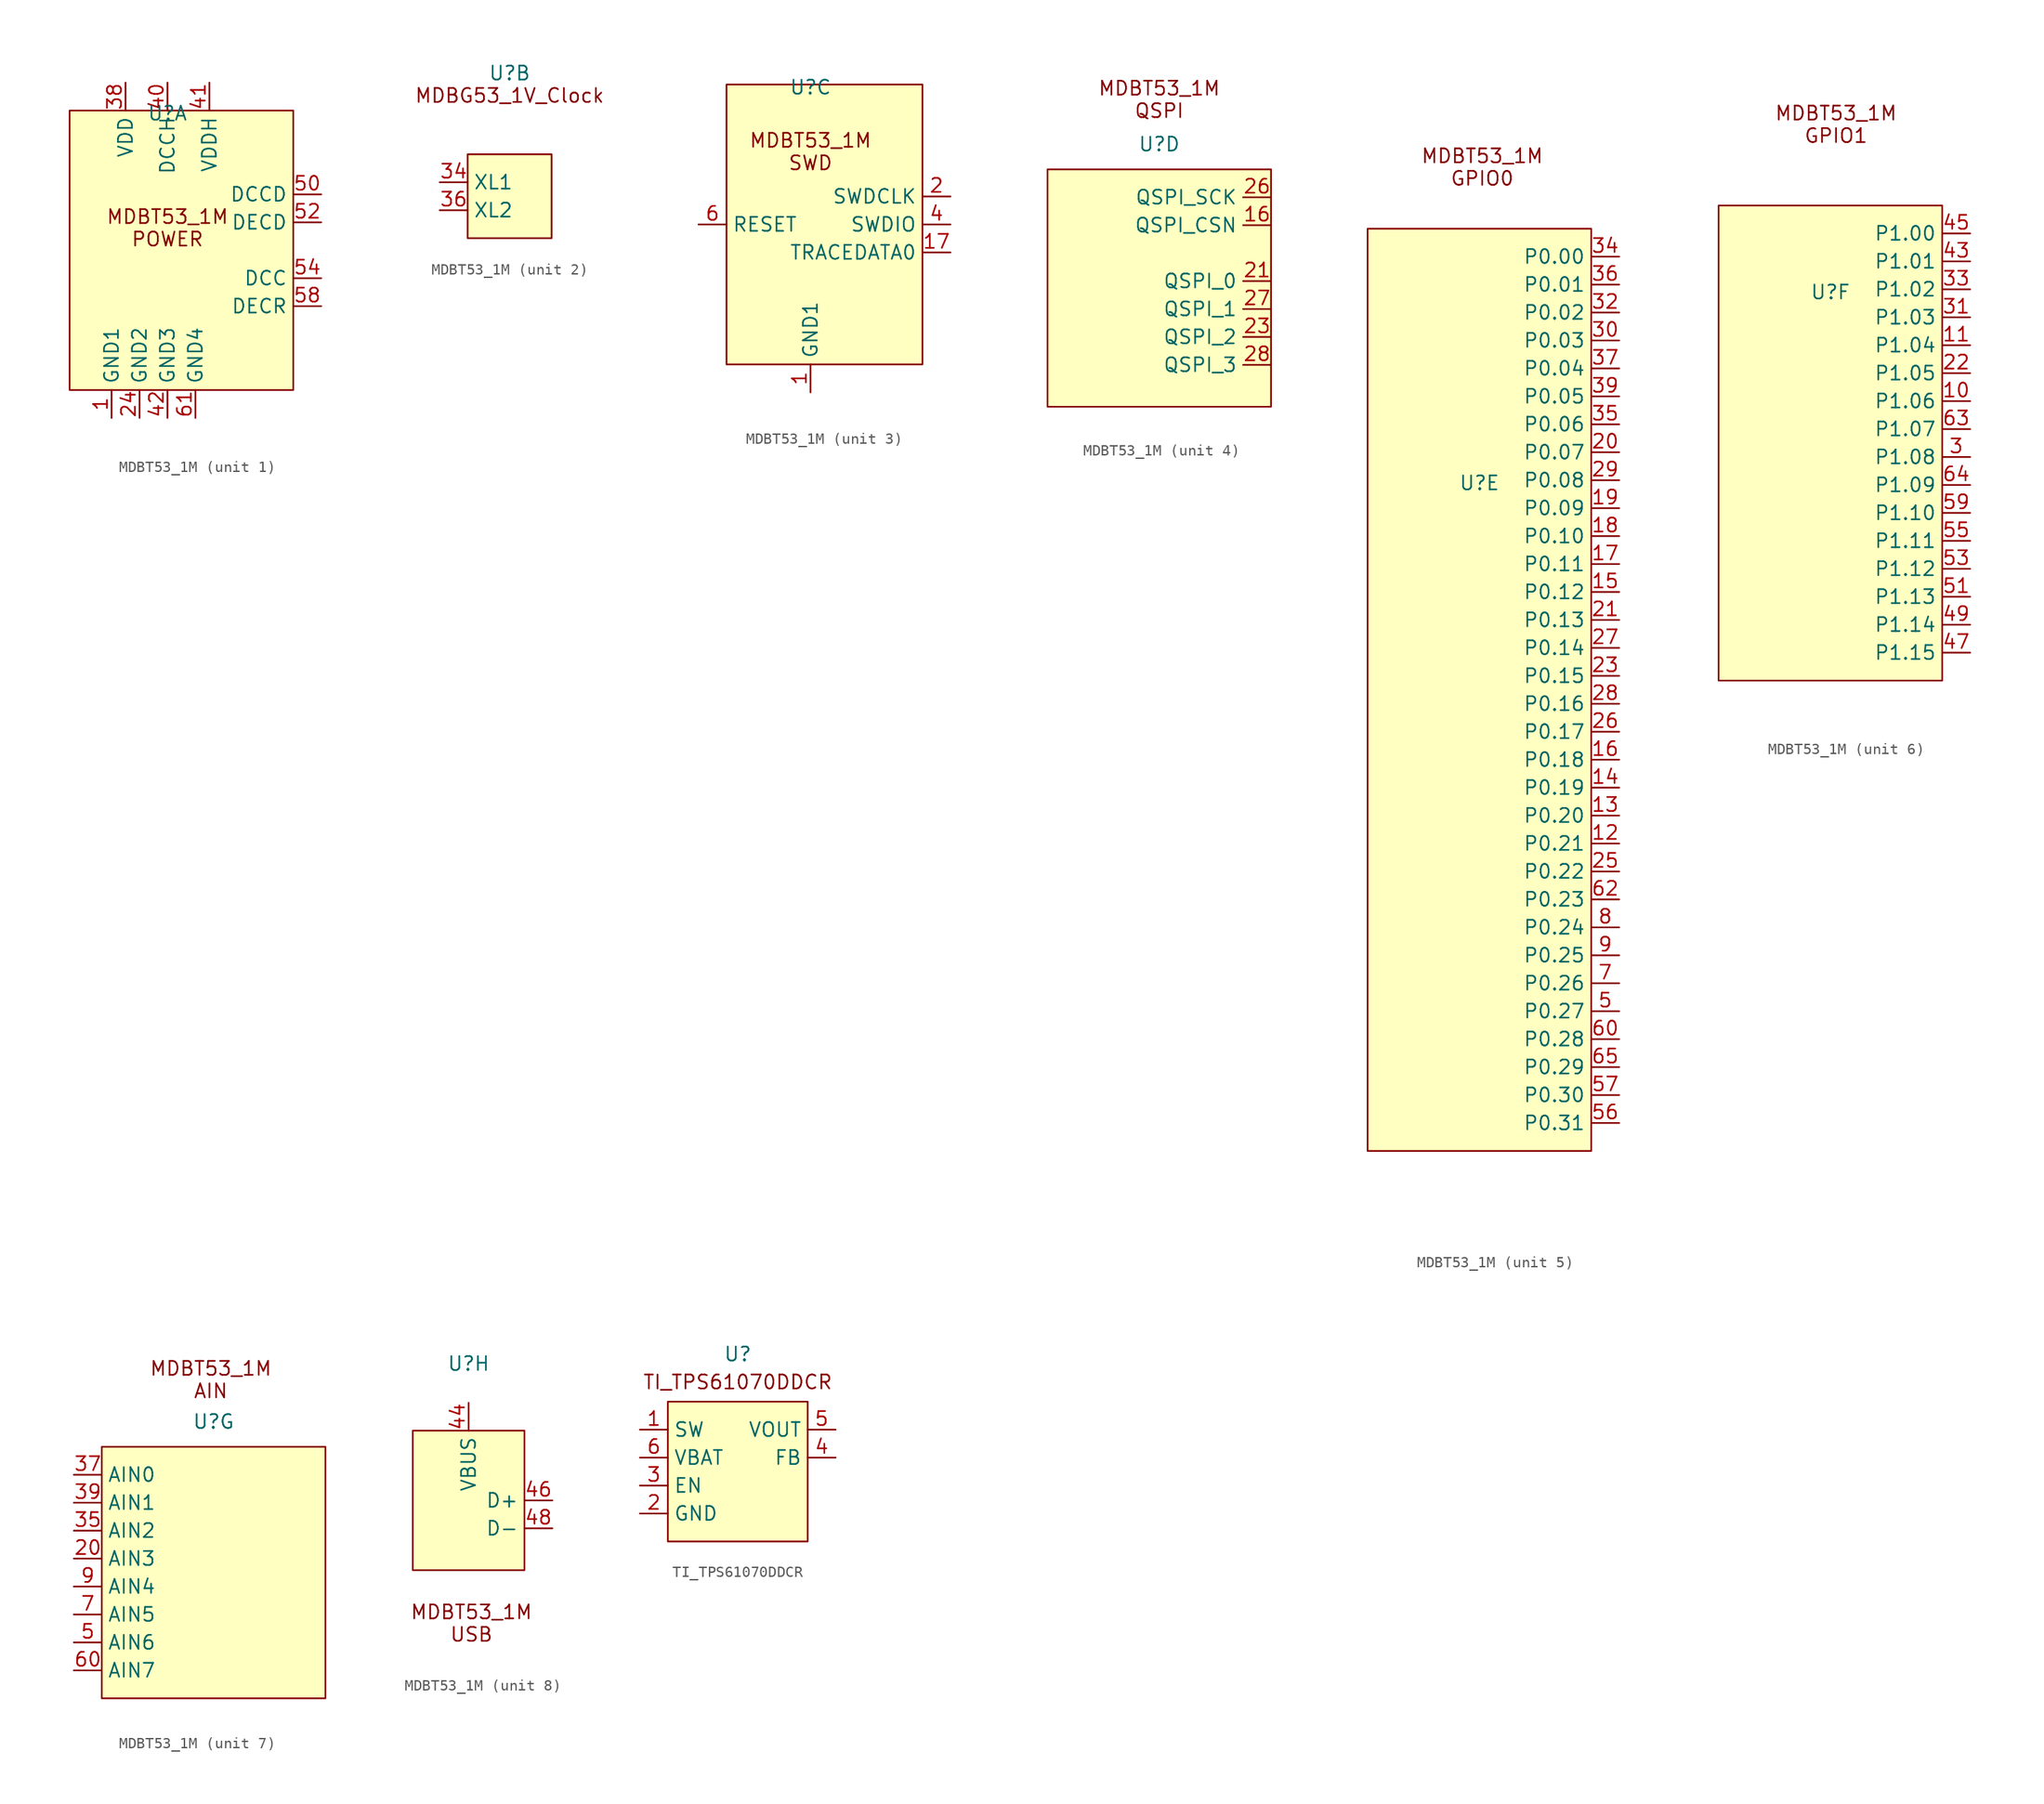
<source format=kicad_sym>
(kicad_symbol_lib
  (version 20231120)
  (generator "kicad_symbol_editor")
  (generator_version "8.0")
  (symbol "MDBT53_1M"
    (property "Reference" "U"
      (at 0 12.446 0)
      (effects (font (size 1.27 1.27))))
    (property "Value" ""
      (at 0 -2.54 0)
      (effects (font (size 1.27 1.27))))
    (property "ki_locked" ""
      (at 0 0 0)
      (effects (font (size 1.27 1.27))))
    (symbol "MDBT53_1M_1_1"
      (rectangle (start -8.89 12.7) (end 11.43 -12.7) (stroke (width 0) (type default)) (fill (type background)))
      (text "MDBT53_1M\nPOWER" (at 0 2.032 0) (effects (font (size 1.27 1.27))))
      (pin power_in line (at -5.08 -15.24 90) (length 2.54) (name "GND1" (effects (font (size 1.27 1.27)))) (number "1" (effects (font (size 1.27 1.27)))))
      (pin power_in line (at -2.54 -15.24 90) (length 2.54) (name "GND2" (effects (font (size 1.27 1.27)))) (number "24" (effects (font (size 1.27 1.27)))))
      (pin power_in line (at -3.81 15.24 270) (length 2.54) (name "VDD" (effects (font (size 1.27 1.27)))) (number "38" (effects (font (size 1.27 1.27)))))
      (pin power_in line (at 0 15.24 270) (length 2.54) (name "DCCH" (effects (font (size 1.27 1.27)))) (number "40" (effects (font (size 1.27 1.27)))))
      (pin power_in line (at 3.81 15.24 270) (length 2.54) (name "VDDH" (effects (font (size 1.27 1.27)))) (number "41" (effects (font (size 1.27 1.27)))))
      (pin power_in line (at 0 -15.24 90) (length 2.54) (name "GND3" (effects (font (size 1.27 1.27)))) (number "42" (effects (font (size 1.27 1.27)))))
      (pin bidirectional line (at 13.97 5.08 180) (length 2.54) (name "DCCD" (effects (font (size 1.27 1.27)))) (number "50" (effects (font (size 1.27 1.27)))))
      (pin bidirectional line (at 13.97 2.54 180) (length 2.54) (name "DECD" (effects (font (size 1.27 1.27)))) (number "52" (effects (font (size 1.27 1.27)))))
      (pin bidirectional line (at 13.97 -2.54 180) (length 2.54) (name "DCC" (effects (font (size 1.27 1.27)))) (number "54" (effects (font (size 1.27 1.27)))))
      (pin bidirectional line (at 13.97 -5.08 180) (length 2.54) (name "DECR" (effects (font (size 1.27 1.27)))) (number "58" (effects (font (size 1.27 1.27)))))
      (pin power_in line (at 2.54 -15.24 90) (length 2.54) (name "GND4" (effects (font (size 1.27 1.27)))) (number "61" (effects (font (size 1.27 1.27))))))
    (symbol "MDBT53_1M_2_1"
      (rectangle (start -3.81 5.08) (end 3.81 -2.54) (stroke (width 0) (type default)) (fill (type background)))
      (text "MDBG53_1V_Clock\n" (at 0 10.414 0) (effects (font (size 1.27 1.27))))
      (pin bidirectional line (at -6.35 2.54 0) (length 2.54) (name "XL1" (effects (font (size 1.27 1.27)))) (number "34" (effects (font (size 1.27 1.27)))))
      (pin bidirectional line (at -6.35 0 0) (length 2.54) (name "XL2" (effects (font (size 1.27 1.27)))) (number "36" (effects (font (size 1.27 1.27))))))
    (symbol "MDBT53_1M_3_1"
      (rectangle (start -7.62 12.7) (end 10.16 -12.7) (stroke (width 0) (type default)) (fill (type background)))
      (text "MDBT53_1M\nSWD" (at 0 6.604 0) (effects (font (size 1.27 1.27))))
      (pin power_in line (at 0 -15.24 90) (length 2.54) (name "GND1" (effects (font (size 1.27 1.27)))) (number "1" (effects (font (size 1.27 1.27)))))
      (pin bidirectional line (at 12.7 -2.54 180) (length 2.54) (name "TRACEDATA0" (effects (font (size 1.27 1.27)))) (number "17" (effects (font (size 1.27 1.27)))))
      (pin output line (at 12.7 2.54 180) (length 2.54) (name "SWDCLK" (effects (font (size 1.27 1.27)))) (number "2" (effects (font (size 1.27 1.27)))))
      (pin bidirectional line (at 12.7 0 180) (length 2.54) (name "SWDIO" (effects (font (size 1.27 1.27)))) (number "4" (effects (font (size 1.27 1.27)))))
      (pin input line (at -10.16 0 0) (length 2.54) (name "RESET" (effects (font (size 1.27 1.27)))) (number "6" (effects (font (size 1.27 1.27))))))
    (symbol "MDBT53_1M_4_1"
      (rectangle (start -10.16 10.16) (end 10.16 -11.43) (stroke (width 0) (type default)) (fill (type background)))
      (text "MDBT53_1M\nQSPI" (at 0 16.51 0) (effects (font (size 1.27 1.27))))
      (pin output line (at 10.16 5.08 180) (length 2.54) (name "QSPI_CSN" (effects (font (size 1.27 1.27)))) (number "16" (effects (font (size 1.27 1.27)))))
      (pin output line (at 10.16 0 180) (length 2.54) (name "QSPI_0" (effects (font (size 1.27 1.27)))) (number "21" (effects (font (size 1.27 1.27)))))
      (pin output line (at 10.16 -5.08 180) (length 2.54) (name "QSPI_2" (effects (font (size 1.27 1.27)))) (number "23" (effects (font (size 1.27 1.27)))))
      (pin output line (at 10.16 7.62 180) (length 2.54) (name "QSPI_SCK" (effects (font (size 1.27 1.27)))) (number "26" (effects (font (size 1.27 1.27)))))
      (pin output line (at 10.16 -2.54 180) (length 2.54) (name "QSPI_1" (effects (font (size 1.27 1.27)))) (number "27" (effects (font (size 1.27 1.27)))))
      (pin output line (at 10.16 -7.62 180) (length 2.54) (name "QSPI_3" (effects (font (size 1.27 1.27)))) (number "28" (effects (font (size 1.27 1.27))))))
    (symbol "MDBT53_1M_5_0"
      (pin bidirectional line (at 12.7 -20.32 180) (length 2.54) (name "P0.21" (effects (font (size 1.27 1.27)))) (number "12" (effects (font (size 1.27 1.27)))))
      (pin bidirectional line (at 12.7 -17.78 180) (length 2.54) (name "P0.20" (effects (font (size 1.27 1.27)))) (number "13" (effects (font (size 1.27 1.27)))))
      (pin bidirectional line (at 12.7 -15.24 180) (length 2.54) (name "P0.19" (effects (font (size 1.27 1.27)))) (number "14" (effects (font (size 1.27 1.27)))))
      (pin bidirectional line (at 12.7 2.54 180) (length 2.54) (name "P0.12" (effects (font (size 1.27 1.27)))) (number "15" (effects (font (size 1.27 1.27)))))
      (pin bidirectional line (at 12.7 -12.7 180) (length 2.54) (name "P0.18" (effects (font (size 1.27 1.27)))) (number "16" (effects (font (size 1.27 1.27)))))
      (pin bidirectional line (at 12.7 5.08 180) (length 2.54) (name "P0.11" (effects (font (size 1.27 1.27)))) (number "17" (effects (font (size 1.27 1.27)))))
      (pin bidirectional line (at 12.7 7.62 180) (length 2.54) (name "P0.10" (effects (font (size 1.27 1.27)))) (number "18" (effects (font (size 1.27 1.27)))))
      (pin bidirectional line (at 12.7 10.16 180) (length 2.54) (name "P0.09" (effects (font (size 1.27 1.27)))) (number "19" (effects (font (size 1.27 1.27)))))
      (pin bidirectional line (at 12.7 15.24 180) (length 2.54) (name "P0.07" (effects (font (size 1.27 1.27)))) (number "20" (effects (font (size 1.27 1.27)))))
      (pin bidirectional line (at 12.7 0 180) (length 2.54) (name "P0.13" (effects (font (size 1.27 1.27)))) (number "21" (effects (font (size 1.27 1.27)))))
      (pin bidirectional line (at 12.7 -5.08 180) (length 2.54) (name "P0.15" (effects (font (size 1.27 1.27)))) (number "23" (effects (font (size 1.27 1.27)))))
      (pin bidirectional line (at 12.7 -22.86 180) (length 2.54) (name "P0.22" (effects (font (size 1.27 1.27)))) (number "25" (effects (font (size 1.27 1.27)))))
      (pin bidirectional line (at 12.7 -10.16 180) (length 2.54) (name "P0.17" (effects (font (size 1.27 1.27)))) (number "26" (effects (font (size 1.27 1.27)))))
      (pin bidirectional line (at 12.7 -2.54 180) (length 2.54) (name "P0.14" (effects (font (size 1.27 1.27)))) (number "27" (effects (font (size 1.27 1.27)))))
      (pin bidirectional line (at 12.7 -7.62 180) (length 2.54) (name "P0.16" (effects (font (size 1.27 1.27)))) (number "28" (effects (font (size 1.27 1.27)))))
      (pin bidirectional line (at 12.7 12.7 180) (length 2.54) (name "P0.08" (effects (font (size 1.27 1.27)))) (number "29" (effects (font (size 1.27 1.27)))))
      (pin bidirectional line (at 12.7 25.4 180) (length 2.54) (name "P0.03" (effects (font (size 1.27 1.27)))) (number "30" (effects (font (size 1.27 1.27)))))
      (pin bidirectional line (at 12.7 27.94 180) (length 2.54) (name "P0.02" (effects (font (size 1.27 1.27)))) (number "32" (effects (font (size 1.27 1.27)))))
      (pin bidirectional line (at 12.7 17.78 180) (length 2.54) (name "P0.06" (effects (font (size 1.27 1.27)))) (number "35" (effects (font (size 1.27 1.27)))))
      (pin bidirectional line (at 12.7 22.86 180) (length 2.54) (name "P0.04" (effects (font (size 1.27 1.27)))) (number "37" (effects (font (size 1.27 1.27)))))
      (pin bidirectional line (at 12.7 20.32 180) (length 2.54) (name "P0.05" (effects (font (size 1.27 1.27)))) (number "39" (effects (font (size 1.27 1.27)))))
      (pin bidirectional line (at 12.7 -35.56 180) (length 2.54) (name "P0.27" (effects (font (size 1.27 1.27)))) (number "5" (effects (font (size 1.27 1.27)))))
      (pin bidirectional line (at 12.7 -45.72 180) (length 2.54) (name "P0.31" (effects (font (size 1.27 1.27)))) (number "56" (effects (font (size 1.27 1.27)))))
      (pin bidirectional line (at 12.7 -43.18 180) (length 2.54) (name "P0.30" (effects (font (size 1.27 1.27)))) (number "57" (effects (font (size 1.27 1.27)))))
      (pin bidirectional line (at 12.7 -38.1 180) (length 2.54) (name "P0.28" (effects (font (size 1.27 1.27)))) (number "60" (effects (font (size 1.27 1.27)))))
      (pin bidirectional line (at 12.7 -25.4 180) (length 2.54) (name "P0.23" (effects (font (size 1.27 1.27)))) (number "62" (effects (font (size 1.27 1.27)))))
      (pin bidirectional line (at 12.7 -40.64 180) (length 2.54) (name "P0.29" (effects (font (size 1.27 1.27)))) (number "65" (effects (font (size 1.27 1.27)))))
      (pin bidirectional line (at 12.7 -33.02 180) (length 2.54) (name "P0.26" (effects (font (size 1.27 1.27)))) (number "7" (effects (font (size 1.27 1.27)))))
      (pin bidirectional line (at 12.7 -27.94 180) (length 2.54) (name "P0.24" (effects (font (size 1.27 1.27)))) (number "8" (effects (font (size 1.27 1.27)))))
      (pin bidirectional line (at 12.7 -30.48 180) (length 2.54) (name "P0.25" (effects (font (size 1.27 1.27)))) (number "9" (effects (font (size 1.27 1.27))))))
    (symbol "MDBT53_1M_5_1"
      (rectangle (start -10.16 35.56) (end 10.16 -48.26) (stroke (width 0) (type default)) (fill (type background)))
      (text "MDBT53_1M\nGPIO0" (at 0.254 41.148 0) (effects (font (size 1.27 1.27))))
      (pin bidirectional line (at 12.7 33.02 180) (length 2.54) (name "P0.00" (effects (font (size 1.27 1.27)))) (number "34" (effects (font (size 1.27 1.27)))))
      (pin bidirectional line (at 12.7 30.48 180) (length 2.54) (name "P0.01" (effects (font (size 1.27 1.27)))) (number "36" (effects (font (size 1.27 1.27))))))
    (symbol "MDBT53_1M_6_0"
      (pin bidirectional line (at 12.7 2.54 180) (length 2.54) (name "P1.06" (effects (font (size 1.27 1.27)))) (number "10" (effects (font (size 1.27 1.27)))))
      (pin bidirectional line (at 12.7 7.62 180) (length 2.54) (name "P1.04" (effects (font (size 1.27 1.27)))) (number "11" (effects (font (size 1.27 1.27)))))
      (pin bidirectional line (at 12.7 5.08 180) (length 2.54) (name "P1.05" (effects (font (size 1.27 1.27)))) (number "22" (effects (font (size 1.27 1.27)))))
      (pin bidirectional line (at 12.7 -2.54 180) (length 2.54) (name "P1.08" (effects (font (size 1.27 1.27)))) (number "3" (effects (font (size 1.27 1.27)))))
      (pin bidirectional line (at 12.7 10.16 180) (length 2.54) (name "P1.03" (effects (font (size 1.27 1.27)))) (number "31" (effects (font (size 1.27 1.27)))))
      (pin bidirectional line (at 12.7 12.7 180) (length 2.54) (name "P1.02" (effects (font (size 1.27 1.27)))) (number "33" (effects (font (size 1.27 1.27)))))
      (pin bidirectional line (at 12.7 15.24 180) (length 2.54) (name "P1.01" (effects (font (size 1.27 1.27)))) (number "43" (effects (font (size 1.27 1.27)))))
      (pin bidirectional line (at 12.7 17.78 180) (length 2.54) (name "P1.00" (effects (font (size 1.27 1.27)))) (number "45" (effects (font (size 1.27 1.27)))))
      (pin bidirectional line (at 12.7 -20.32 180) (length 2.54) (name "P1.15" (effects (font (size 1.27 1.27)))) (number "47" (effects (font (size 1.27 1.27)))))
      (pin bidirectional line (at 12.7 -17.78 180) (length 2.54) (name "P1.14" (effects (font (size 1.27 1.27)))) (number "49" (effects (font (size 1.27 1.27)))))
      (pin bidirectional line (at 12.7 -15.24 180) (length 2.54) (name "P1.13" (effects (font (size 1.27 1.27)))) (number "51" (effects (font (size 1.27 1.27)))))
      (pin bidirectional line (at 12.7 -12.7 180) (length 2.54) (name "P1.12" (effects (font (size 1.27 1.27)))) (number "53" (effects (font (size 1.27 1.27)))))
      (pin bidirectional line (at 12.7 -10.16 180) (length 2.54) (name "P1.11" (effects (font (size 1.27 1.27)))) (number "55" (effects (font (size 1.27 1.27)))))
      (pin bidirectional line (at 12.7 -7.62 180) (length 2.54) (name "P1.10" (effects (font (size 1.27 1.27)))) (number "59" (effects (font (size 1.27 1.27)))))
      (pin bidirectional line (at 12.7 0 180) (length 2.54) (name "P1.07" (effects (font (size 1.27 1.27)))) (number "63" (effects (font (size 1.27 1.27)))))
      (pin bidirectional line (at 12.7 -5.08 180) (length 2.54) (name "P1.09" (effects (font (size 1.27 1.27)))) (number "64" (effects (font (size 1.27 1.27))))))
    (symbol "MDBT53_1M_6_1"
      (rectangle (start -10.16 20.32) (end 10.16 -22.86) (stroke (width 0) (type default)) (fill (type background)))
      (text "MDBT53_1M\nGPIO1" (at 0.508 27.686 0) (effects (font (size 1.27 1.27)))))
    (symbol "MDBT53_1M_7_0"
      (pin input line (at -12.7 0 0) (length 2.54) (name "AIN3" (effects (font (size 1.27 1.27)))) (number "20" (effects (font (size 1.27 1.27)))))
      (pin input line (at -12.7 2.54 0) (length 2.54) (name "AIN2" (effects (font (size 1.27 1.27)))) (number "35" (effects (font (size 1.27 1.27)))))
      (pin input line (at -12.7 7.62 0) (length 2.54) (name "AIN0" (effects (font (size 1.27 1.27)))) (number "37" (effects (font (size 1.27 1.27)))))
      (pin input line (at -12.7 5.08 0) (length 2.54) (name "AIN1" (effects (font (size 1.27 1.27)))) (number "39" (effects (font (size 1.27 1.27)))))
      (pin input line (at -12.7 -7.62 0) (length 2.54) (name "AIN6" (effects (font (size 1.27 1.27)))) (number "5" (effects (font (size 1.27 1.27)))))
      (pin input line (at -12.7 -10.16 0) (length 2.54) (name "AIN7" (effects (font (size 1.27 1.27)))) (number "60" (effects (font (size 1.27 1.27)))))
      (pin input line (at -12.7 -5.08 0) (length 2.54) (name "AIN5" (effects (font (size 1.27 1.27)))) (number "7" (effects (font (size 1.27 1.27)))))
      (pin input line (at -12.7 -2.54 0) (length 2.54) (name "AIN4" (effects (font (size 1.27 1.27)))) (number "9" (effects (font (size 1.27 1.27))))))
    (symbol "MDBT53_1M_7_1"
      (rectangle (start -10.16 10.16) (end 10.16 -12.7) (stroke (width 0) (type default)) (fill (type background)))
      (text "MDBT53_1M\nAIN" (at -0.254 16.256 0) (effects (font (size 1.27 1.27)))))
    (symbol "MDBT53_1M_8_0"
      (pin power_out line (at 0 8.89 270) (length 2.54) (name "VBUS" (effects (font (size 1.27 1.27)))) (number "44" (effects (font (size 1.27 1.27)))))
      (pin input line (at 7.62 0 180) (length 2.54) (name "D+" (effects (font (size 1.27 1.27)))) (number "46" (effects (font (size 1.27 1.27)))))
      (pin input line (at 7.62 -2.54 180) (length 2.54) (name "D-" (effects (font (size 1.27 1.27)))) (number "48" (effects (font (size 1.27 1.27))))))
    (symbol "MDBT53_1M_8_1"
      (rectangle (start -5.08 6.35) (end 5.08 -6.35) (stroke (width 0) (type default)) (fill (type background)))
      (text "MDBT53_1M\nUSB" (at 0.254 -11.176 0) (effects (font (size 1.27 1.27))))))
  (symbol "TI_TPS61070DDCR"
    (property "Reference" "U"
      (at 0 10.668 0)
      (effects (font (size 1.27 1.27))))
    (property "Value" ""
      (at -2.54 -3.81 0)
      (effects (font (size 1.27 1.27))))
    (symbol "TI_TPS61070DDCR_1_1"
      (rectangle (start -6.35 6.35) (end 6.35 -6.35) (stroke (width 0) (type default)) (fill (type background)))
      (text "TI_TPS61070DDCR" (at 0 8.128 0) (effects (font (size 1.27 1.27))))
      (pin input line (at -8.89 3.81 0) (length 2.54) (name "SW" (effects (font (size 1.27 1.27)))) (number "1" (effects (font (size 1.27 1.27)))))
      (pin power_in line (at -8.89 -3.81 0) (length 2.54) (name "GND" (effects (font (size 1.27 1.27)))) (number "2" (effects (font (size 1.27 1.27)))))
      (pin input line (at -8.89 -1.27 0) (length 2.54) (name "EN" (effects (font (size 1.27 1.27)))) (number "3" (effects (font (size 1.27 1.27)))))
      (pin input line (at 8.89 1.27 180) (length 2.54) (name "FB" (effects (font (size 1.27 1.27)))) (number "4" (effects (font (size 1.27 1.27)))))
      (pin power_out line (at 8.89 3.81 180) (length 2.54) (name "VOUT" (effects (font (size 1.27 1.27)))) (number "5" (effects (font (size 1.27 1.27)))))
      (pin power_in line (at -8.89 1.27 0) (length 2.54) (name "VBAT" (effects (font (size 1.27 1.27)))) (number "6" (effects (font (size 1.27 1.27))))))))
</source>
